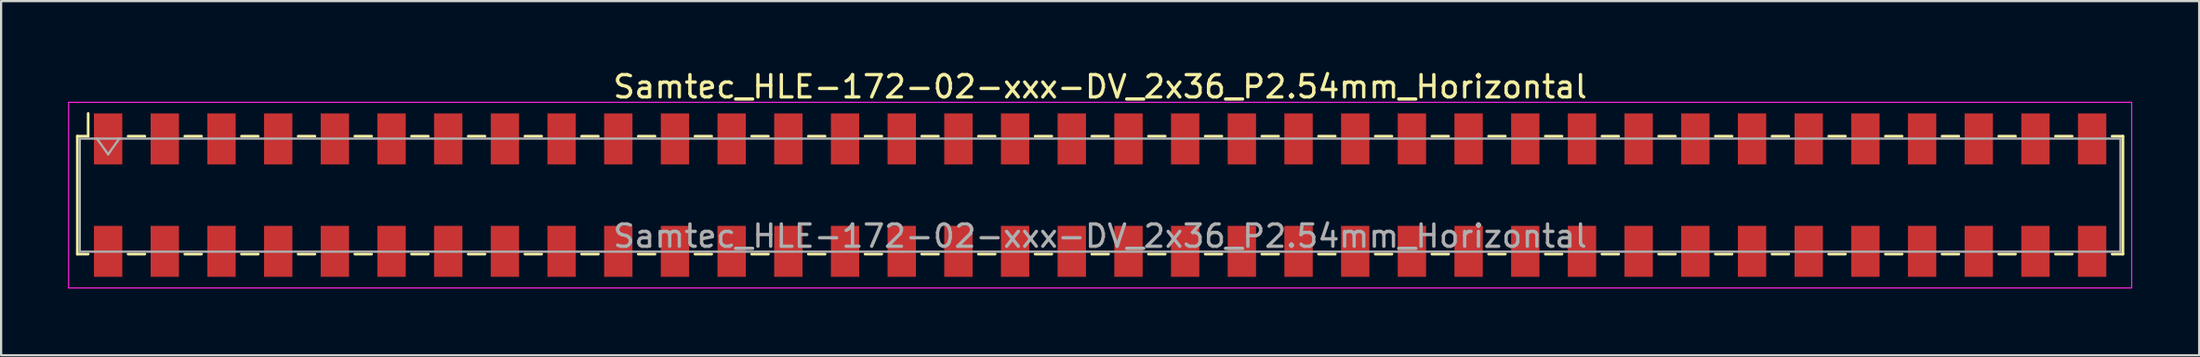
<source format=kicad_pcb>
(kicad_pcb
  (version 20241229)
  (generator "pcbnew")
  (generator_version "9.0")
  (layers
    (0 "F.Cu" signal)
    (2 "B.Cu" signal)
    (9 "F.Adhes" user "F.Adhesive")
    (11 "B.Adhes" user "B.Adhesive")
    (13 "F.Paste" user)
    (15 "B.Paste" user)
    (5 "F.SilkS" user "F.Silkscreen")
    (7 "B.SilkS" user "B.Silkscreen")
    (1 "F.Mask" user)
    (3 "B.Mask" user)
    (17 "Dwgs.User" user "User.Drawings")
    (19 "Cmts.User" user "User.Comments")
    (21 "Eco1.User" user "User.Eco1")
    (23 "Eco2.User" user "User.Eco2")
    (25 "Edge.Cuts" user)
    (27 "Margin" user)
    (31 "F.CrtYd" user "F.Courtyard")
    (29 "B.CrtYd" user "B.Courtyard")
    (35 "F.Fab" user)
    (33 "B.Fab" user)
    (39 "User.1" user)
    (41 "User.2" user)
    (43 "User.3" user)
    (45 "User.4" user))
  (footprint "Samtec_HLE-172-02-xxx-DV_2x36_P2.54mm_Horizontal"
    (layer "F.Cu")
    (at 46.245 5.718)
    (property "Reference" "Samtec_HLE-172-02-xxx-DV_2x36_P2.54mm_Horizontal" (at 0 -4.87 0) (layer "F.SilkS") (effects (font (size 1 1) (thickness 0.15))))
    (attr smd)
    (fp_line (start -45.83 -2.65) (end -45.83 2.65) (stroke (width 0.12) (type solid)) (layer "F.SilkS"))
    (fp_line (start -45.83 2.65) (end -45.345 2.65) (stroke (width 0.12) (type solid)) (layer "F.SilkS"))
    (fp_line (start -45.345 -3.67) (end -45.345 -2.65) (stroke (width 0.12) (type solid)) (layer "F.SilkS"))
    (fp_line (start -45.345 -2.65) (end -45.83 -2.65) (stroke (width 0.12) (type solid)) (layer "F.SilkS"))
    (fp_line (start -43.555 -2.65) (end -42.805 -2.65) (stroke (width 0.12) (type solid)) (layer "F.SilkS"))
    (fp_line (start -43.555 2.65) (end -42.805 2.65) (stroke (width 0.12) (type solid)) (layer "F.SilkS"))
    (fp_line (start -41.015 -2.65) (end -40.265 -2.65) (stroke (width 0.12) (type solid)) (layer "F.SilkS"))
    (fp_line (start -41.015 2.65) (end -40.265 2.65) (stroke (width 0.12) (type solid)) (layer "F.SilkS"))
    (fp_line (start -38.475 -2.65) (end -37.725 -2.65) (stroke (width 0.12) (type solid)) (layer "F.SilkS"))
    (fp_line (start -38.475 2.65) (end -37.725 2.65) (stroke (width 0.12) (type solid)) (layer "F.SilkS"))
    (fp_line (start -35.935 -2.65) (end -35.185 -2.65) (stroke (width 0.12) (type solid)) (layer "F.SilkS"))
    (fp_line (start -35.935 2.65) (end -35.185 2.65) (stroke (width 0.12) (type solid)) (layer "F.SilkS"))
    (fp_line (start -33.395 -2.65) (end -32.645 -2.65) (stroke (width 0.12) (type solid)) (layer "F.SilkS"))
    (fp_line (start -33.395 2.65) (end -32.645 2.65) (stroke (width 0.12) (type solid)) (layer "F.SilkS"))
    (fp_line (start -30.855 -2.65) (end -30.105 -2.65) (stroke (width 0.12) (type solid)) (layer "F.SilkS"))
    (fp_line (start -30.855 2.65) (end -30.105 2.65) (stroke (width 0.12) (type solid)) (layer "F.SilkS"))
    (fp_line (start -28.315 -2.65) (end -27.565 -2.65) (stroke (width 0.12) (type solid)) (layer "F.SilkS"))
    (fp_line (start -28.315 2.65) (end -27.565 2.65) (stroke (width 0.12) (type solid)) (layer "F.SilkS"))
    (fp_line (start -25.775 -2.65) (end -25.025 -2.65) (stroke (width 0.12) (type solid)) (layer "F.SilkS"))
    (fp_line (start -25.775 2.65) (end -25.025 2.65) (stroke (width 0.12) (type solid)) (layer "F.SilkS"))
    (fp_line (start -23.235 -2.65) (end -22.485 -2.65) (stroke (width 0.12) (type solid)) (layer "F.SilkS"))
    (fp_line (start -23.235 2.65) (end -22.485 2.65) (stroke (width 0.12) (type solid)) (layer "F.SilkS"))
    (fp_line (start -20.695 -2.65) (end -19.945 -2.65) (stroke (width 0.12) (type solid)) (layer "F.SilkS"))
    (fp_line (start -20.695 2.65) (end -19.945 2.65) (stroke (width 0.12) (type solid)) (layer "F.SilkS"))
    (fp_line (start -18.155 -2.65) (end -17.405 -2.65) (stroke (width 0.12) (type solid)) (layer "F.SilkS"))
    (fp_line (start -18.155 2.65) (end -17.405 2.65) (stroke (width 0.12) (type solid)) (layer "F.SilkS"))
    (fp_line (start -15.615 -2.65) (end -14.865 -2.65) (stroke (width 0.12) (type solid)) (layer "F.SilkS"))
    (fp_line (start -15.615 2.65) (end -14.865 2.65) (stroke (width 0.12) (type solid)) (layer "F.SilkS"))
    (fp_line (start -13.075 -2.65) (end -12.325 -2.65) (stroke (width 0.12) (type solid)) (layer "F.SilkS"))
    (fp_line (start -13.075 2.65) (end -12.325 2.65) (stroke (width 0.12) (type solid)) (layer "F.SilkS"))
    (fp_line (start -10.535 -2.65) (end -9.785 -2.65) (stroke (width 0.12) (type solid)) (layer "F.SilkS"))
    (fp_line (start -10.535 2.65) (end -9.785 2.65) (stroke (width 0.12) (type solid)) (layer "F.SilkS"))
    (fp_line (start -7.995 -2.65) (end -7.245 -2.65) (stroke (width 0.12) (type solid)) (layer "F.SilkS"))
    (fp_line (start -7.995 2.65) (end -7.245 2.65) (stroke (width 0.12) (type solid)) (layer "F.SilkS"))
    (fp_line (start -5.455 -2.65) (end -4.705 -2.65) (stroke (width 0.12) (type solid)) (layer "F.SilkS"))
    (fp_line (start -5.455 2.65) (end -4.705 2.65) (stroke (width 0.12) (type solid)) (layer "F.SilkS"))
    (fp_line (start -2.915 -2.65) (end -2.165 -2.65) (stroke (width 0.12) (type solid)) (layer "F.SilkS"))
    (fp_line (start -2.915 2.65) (end -2.165 2.65) (stroke (width 0.12) (type solid)) (layer "F.SilkS"))
    (fp_line (start -0.375 -2.65) (end 0.375 -2.65) (stroke (width 0.12) (type solid)) (layer "F.SilkS"))
    (fp_line (start -0.375 2.65) (end 0.375 2.65) (stroke (width 0.12) (type solid)) (layer "F.SilkS"))
    (fp_line (start 2.165 -2.65) (end 2.915 -2.65) (stroke (width 0.12) (type solid)) (layer "F.SilkS"))
    (fp_line (start 2.165 2.65) (end 2.915 2.65) (stroke (width 0.12) (type solid)) (layer "F.SilkS"))
    (fp_line (start 4.705 -2.65) (end 5.455 -2.65) (stroke (width 0.12) (type solid)) (layer "F.SilkS"))
    (fp_line (start 4.705 2.65) (end 5.455 2.65) (stroke (width 0.12) (type solid)) (layer "F.SilkS"))
    (fp_line (start 7.245 -2.65) (end 7.995 -2.65) (stroke (width 0.12) (type solid)) (layer "F.SilkS"))
    (fp_line (start 7.245 2.65) (end 7.995 2.65) (stroke (width 0.12) (type solid)) (layer "F.SilkS"))
    (fp_line (start 9.785 -2.65) (end 10.535 -2.65) (stroke (width 0.12) (type solid)) (layer "F.SilkS"))
    (fp_line (start 9.785 2.65) (end 10.535 2.65) (stroke (width 0.12) (type solid)) (layer "F.SilkS"))
    (fp_line (start 12.325 -2.65) (end 13.075 -2.65) (stroke (width 0.12) (type solid)) (layer "F.SilkS"))
    (fp_line (start 12.325 2.65) (end 13.075 2.65) (stroke (width 0.12) (type solid)) (layer "F.SilkS"))
    (fp_line (start 14.865 -2.65) (end 15.615 -2.65) (stroke (width 0.12) (type solid)) (layer "F.SilkS"))
    (fp_line (start 14.865 2.65) (end 15.615 2.65) (stroke (width 0.12) (type solid)) (layer "F.SilkS"))
    (fp_line (start 17.405 -2.65) (end 18.155 -2.65) (stroke (width 0.12) (type solid)) (layer "F.SilkS"))
    (fp_line (start 17.405 2.65) (end 18.155 2.65) (stroke (width 0.12) (type solid)) (layer "F.SilkS"))
    (fp_line (start 19.945 -2.65) (end 20.695 -2.65) (stroke (width 0.12) (type solid)) (layer "F.SilkS"))
    (fp_line (start 19.945 2.65) (end 20.695 2.65) (stroke (width 0.12) (type solid)) (layer "F.SilkS"))
    (fp_line (start 22.485 -2.65) (end 23.235 -2.65) (stroke (width 0.12) (type solid)) (layer "F.SilkS"))
    (fp_line (start 22.485 2.65) (end 23.235 2.65) (stroke (width 0.12) (type solid)) (layer "F.SilkS"))
    (fp_line (start 25.025 -2.65) (end 25.775 -2.65) (stroke (width 0.12) (type solid)) (layer "F.SilkS"))
    (fp_line (start 25.025 2.65) (end 25.775 2.65) (stroke (width 0.12) (type solid)) (layer "F.SilkS"))
    (fp_line (start 27.565 -2.65) (end 28.315 -2.65) (stroke (width 0.12) (type solid)) (layer "F.SilkS"))
    (fp_line (start 27.565 2.65) (end 28.315 2.65) (stroke (width 0.12) (type solid)) (layer "F.SilkS"))
    (fp_line (start 30.105 -2.65) (end 30.855 -2.65) (stroke (width 0.12) (type solid)) (layer "F.SilkS"))
    (fp_line (start 30.105 2.65) (end 30.855 2.65) (stroke (width 0.12) (type solid)) (layer "F.SilkS"))
    (fp_line (start 32.645 -2.65) (end 33.395 -2.65) (stroke (width 0.12) (type solid)) (layer "F.SilkS"))
    (fp_line (start 32.645 2.65) (end 33.395 2.65) (stroke (width 0.12) (type solid)) (layer "F.SilkS"))
    (fp_line (start 35.185 -2.65) (end 35.935 -2.65) (stroke (width 0.12) (type solid)) (layer "F.SilkS"))
    (fp_line (start 35.185 2.65) (end 35.935 2.65) (stroke (width 0.12) (type solid)) (layer "F.SilkS"))
    (fp_line (start 37.725 -2.65) (end 38.475 -2.65) (stroke (width 0.12) (type solid)) (layer "F.SilkS"))
    (fp_line (start 37.725 2.65) (end 38.475 2.65) (stroke (width 0.12) (type solid)) (layer "F.SilkS"))
    (fp_line (start 40.265 -2.65) (end 41.015 -2.65) (stroke (width 0.12) (type solid)) (layer "F.SilkS"))
    (fp_line (start 40.265 2.65) (end 41.015 2.65) (stroke (width 0.12) (type solid)) (layer "F.SilkS"))
    (fp_line (start 42.805 -2.65) (end 43.555 -2.65) (stroke (width 0.12) (type solid)) (layer "F.SilkS"))
    (fp_line (start 42.805 2.65) (end 43.555 2.65) (stroke (width 0.12) (type solid)) (layer "F.SilkS"))
    (fp_line (start 45.345 -2.65) (end 45.83 -2.65) (stroke (width 0.12) (type solid)) (layer "F.SilkS"))
    (fp_line (start 45.83 -2.65) (end 45.83 2.65) (stroke (width 0.12) (type solid)) (layer "F.SilkS"))
    (fp_line (start 45.83 2.65) (end 45.345 2.65) (stroke (width 0.12) (type solid)) (layer "F.SilkS"))
    (fp_line (start -46.22 -4.17) (end 46.22 -4.17) (stroke (width 0.05) (type solid)) (layer "F.CrtYd"))
    (fp_line (start -46.22 4.17) (end -46.22 -4.17) (stroke (width 0.05) (type solid)) (layer "F.CrtYd"))
    (fp_line (start 46.22 -4.17) (end 46.22 4.17) (stroke (width 0.05) (type solid)) (layer "F.CrtYd"))
    (fp_line (start 46.22 4.17) (end -46.22 4.17) (stroke (width 0.05) (type solid)) (layer "F.CrtYd"))
    (fp_line (start -45.72 -2.54) (end 45.72 -2.54) (stroke (width 0.1) (type solid)) (layer "F.Fab"))
    (fp_line (start -45.72 2.54) (end -45.72 -2.54) (stroke (width 0.1) (type solid)) (layer "F.Fab"))
    (fp_line (start -44.95 -2.54) (end -44.45 -1.833) (stroke (width 0.1) (type solid)) (layer "F.Fab"))
    (fp_line (start -44.45 -1.833) (end -43.95 -2.54) (stroke (width 0.1) (type solid)) (layer "F.Fab"))
    (fp_line (start 45.72 -2.54) (end 45.72 2.54) (stroke (width 0.1) (type solid)) (layer "F.Fab"))
    (fp_line (start 45.72 2.54) (end -45.72 2.54) (stroke (width 0.1) (type solid)) (layer "F.Fab"))
    (fp_text user "${REFERENCE}" (at 0 1.84 0) (layer "F.Fab") (effects (font (size 1 1) (thickness 0.15))))
    (pad "1" smd rect (at -44.45 -2.525) (size 1.27 2.29) (layers "F.Cu" "F.Mask" "F.Paste"))
    (pad "2" smd rect (at -44.45 2.525) (size 1.27 2.29) (layers "F.Cu" "F.Mask" "F.Paste"))
    (pad "3" smd rect (at -41.91 -2.525) (size 1.27 2.29) (layers "F.Cu" "F.Mask" "F.Paste"))
    (pad "4" smd rect (at -41.91 2.525) (size 1.27 2.29) (layers "F.Cu" "F.Mask" "F.Paste"))
    (pad "5" smd rect (at -39.37 -2.525) (size 1.27 2.29) (layers "F.Cu" "F.Mask" "F.Paste"))
    (pad "6" smd rect (at -39.37 2.525) (size 1.27 2.29) (layers "F.Cu" "F.Mask" "F.Paste"))
    (pad "7" smd rect (at -36.83 -2.525) (size 1.27 2.29) (layers "F.Cu" "F.Mask" "F.Paste"))
    (pad "8" smd rect (at -36.83 2.525) (size 1.27 2.29) (layers "F.Cu" "F.Mask" "F.Paste"))
    (pad "9" smd rect (at -34.29 -2.525) (size 1.27 2.29) (layers "F.Cu" "F.Mask" "F.Paste"))
    (pad "10" smd rect (at -34.29 2.525) (size 1.27 2.29) (layers "F.Cu" "F.Mask" "F.Paste"))
    (pad "11" smd rect (at -31.75 -2.525) (size 1.27 2.29) (layers "F.Cu" "F.Mask" "F.Paste"))
    (pad "12" smd rect (at -31.75 2.525) (size 1.27 2.29) (layers "F.Cu" "F.Mask" "F.Paste"))
    (pad "13" smd rect (at -29.21 -2.525) (size 1.27 2.29) (layers "F.Cu" "F.Mask" "F.Paste"))
    (pad "14" smd rect (at -29.21 2.525) (size 1.27 2.29) (layers "F.Cu" "F.Mask" "F.Paste"))
    (pad "15" smd rect (at -26.67 -2.525) (size 1.27 2.29) (layers "F.Cu" "F.Mask" "F.Paste"))
    (pad "16" smd rect (at -26.67 2.525) (size 1.27 2.29) (layers "F.Cu" "F.Mask" "F.Paste"))
    (pad "17" smd rect (at -24.13 -2.525) (size 1.27 2.29) (layers "F.Cu" "F.Mask" "F.Paste"))
    (pad "18" smd rect (at -24.13 2.525) (size 1.27 2.29) (layers "F.Cu" "F.Mask" "F.Paste"))
    (pad "19" smd rect (at -21.59 -2.525) (size 1.27 2.29) (layers "F.Cu" "F.Mask" "F.Paste"))
    (pad "20" smd rect (at -21.59 2.525) (size 1.27 2.29) (layers "F.Cu" "F.Mask" "F.Paste"))
    (pad "21" smd rect (at -19.05 -2.525) (size 1.27 2.29) (layers "F.Cu" "F.Mask" "F.Paste"))
    (pad "22" smd rect (at -19.05 2.525) (size 1.27 2.29) (layers "F.Cu" "F.Mask" "F.Paste"))
    (pad "23" smd rect (at -16.51 -2.525) (size 1.27 2.29) (layers "F.Cu" "F.Mask" "F.Paste"))
    (pad "24" smd rect (at -16.51 2.525) (size 1.27 2.29) (layers "F.Cu" "F.Mask" "F.Paste"))
    (pad "25" smd rect (at -13.97 -2.525) (size 1.27 2.29) (layers "F.Cu" "F.Mask" "F.Paste"))
    (pad "26" smd rect (at -13.97 2.525) (size 1.27 2.29) (layers "F.Cu" "F.Mask" "F.Paste"))
    (pad "27" smd rect (at -11.43 -2.525) (size 1.27 2.29) (layers "F.Cu" "F.Mask" "F.Paste"))
    (pad "28" smd rect (at -11.43 2.525) (size 1.27 2.29) (layers "F.Cu" "F.Mask" "F.Paste"))
    (pad "29" smd rect (at -8.89 -2.525) (size 1.27 2.29) (layers "F.Cu" "F.Mask" "F.Paste"))
    (pad "30" smd rect (at -8.89 2.525) (size 1.27 2.29) (layers "F.Cu" "F.Mask" "F.Paste"))
    (pad "31" smd rect (at -6.35 -2.525) (size 1.27 2.29) (layers "F.Cu" "F.Mask" "F.Paste"))
    (pad "32" smd rect (at -6.35 2.525) (size 1.27 2.29) (layers "F.Cu" "F.Mask" "F.Paste"))
    (pad "33" smd rect (at -3.81 -2.525) (size 1.27 2.29) (layers "F.Cu" "F.Mask" "F.Paste"))
    (pad "34" smd rect (at -3.81 2.525) (size 1.27 2.29) (layers "F.Cu" "F.Mask" "F.Paste"))
    (pad "35" smd rect (at -1.27 -2.525) (size 1.27 2.29) (layers "F.Cu" "F.Mask" "F.Paste"))
    (pad "36" smd rect (at -1.27 2.525) (size 1.27 2.29) (layers "F.Cu" "F.Mask" "F.Paste"))
    (pad "37" smd rect (at 1.27 -2.525) (size 1.27 2.29) (layers "F.Cu" "F.Mask" "F.Paste"))
    (pad "38" smd rect (at 1.27 2.525) (size 1.27 2.29) (layers "F.Cu" "F.Mask" "F.Paste"))
    (pad "39" smd rect (at 3.81 -2.525) (size 1.27 2.29) (layers "F.Cu" "F.Mask" "F.Paste"))
    (pad "40" smd rect (at 3.81 2.525) (size 1.27 2.29) (layers "F.Cu" "F.Mask" "F.Paste"))
    (pad "41" smd rect (at 6.35 -2.525) (size 1.27 2.29) (layers "F.Cu" "F.Mask" "F.Paste"))
    (pad "42" smd rect (at 6.35 2.525) (size 1.27 2.29) (layers "F.Cu" "F.Mask" "F.Paste"))
    (pad "43" smd rect (at 8.89 -2.525) (size 1.27 2.29) (layers "F.Cu" "F.Mask" "F.Paste"))
    (pad "44" smd rect (at 8.89 2.525) (size 1.27 2.29) (layers "F.Cu" "F.Mask" "F.Paste"))
    (pad "45" smd rect (at 11.43 -2.525) (size 1.27 2.29) (layers "F.Cu" "F.Mask" "F.Paste"))
    (pad "46" smd rect (at 11.43 2.525) (size 1.27 2.29) (layers "F.Cu" "F.Mask" "F.Paste"))
    (pad "47" smd rect (at 13.97 -2.525) (size 1.27 2.29) (layers "F.Cu" "F.Mask" "F.Paste"))
    (pad "48" smd rect (at 13.97 2.525) (size 1.27 2.29) (layers "F.Cu" "F.Mask" "F.Paste"))
    (pad "49" smd rect (at 16.51 -2.525) (size 1.27 2.29) (layers "F.Cu" "F.Mask" "F.Paste"))
    (pad "50" smd rect (at 16.51 2.525) (size 1.27 2.29) (layers "F.Cu" "F.Mask" "F.Paste"))
    (pad "51" smd rect (at 19.05 -2.525) (size 1.27 2.29) (layers "F.Cu" "F.Mask" "F.Paste"))
    (pad "52" smd rect (at 19.05 2.525) (size 1.27 2.29) (layers "F.Cu" "F.Mask" "F.Paste"))
    (pad "53" smd rect (at 21.59 -2.525) (size 1.27 2.29) (layers "F.Cu" "F.Mask" "F.Paste"))
    (pad "54" smd rect (at 21.59 2.525) (size 1.27 2.29) (layers "F.Cu" "F.Mask" "F.Paste"))
    (pad "55" smd rect (at 24.13 -2.525) (size 1.27 2.29) (layers "F.Cu" "F.Mask" "F.Paste"))
    (pad "56" smd rect (at 24.13 2.525) (size 1.27 2.29) (layers "F.Cu" "F.Mask" "F.Paste"))
    (pad "57" smd rect (at 26.67 -2.525) (size 1.27 2.29) (layers "F.Cu" "F.Mask" "F.Paste"))
    (pad "58" smd rect (at 26.67 2.525) (size 1.27 2.29) (layers "F.Cu" "F.Mask" "F.Paste"))
    (pad "59" smd rect (at 29.21 -2.525) (size 1.27 2.29) (layers "F.Cu" "F.Mask" "F.Paste"))
    (pad "60" smd rect (at 29.21 2.525) (size 1.27 2.29) (layers "F.Cu" "F.Mask" "F.Paste"))
    (pad "61" smd rect (at 31.75 -2.525) (size 1.27 2.29) (layers "F.Cu" "F.Mask" "F.Paste"))
    (pad "62" smd rect (at 31.75 2.525) (size 1.27 2.29) (layers "F.Cu" "F.Mask" "F.Paste"))
    (pad "63" smd rect (at 34.29 -2.525) (size 1.27 2.29) (layers "F.Cu" "F.Mask" "F.Paste"))
    (pad "64" smd rect (at 34.29 2.525) (size 1.27 2.29) (layers "F.Cu" "F.Mask" "F.Paste"))
    (pad "65" smd rect (at 36.83 -2.525) (size 1.27 2.29) (layers "F.Cu" "F.Mask" "F.Paste"))
    (pad "66" smd rect (at 36.83 2.525) (size 1.27 2.29) (layers "F.Cu" "F.Mask" "F.Paste"))
    (pad "67" smd rect (at 39.37 -2.525) (size 1.27 2.29) (layers "F.Cu" "F.Mask" "F.Paste"))
    (pad "68" smd rect (at 39.37 2.525) (size 1.27 2.29) (layers "F.Cu" "F.Mask" "F.Paste"))
    (pad "69" smd rect (at 41.91 -2.525) (size 1.27 2.29) (layers "F.Cu" "F.Mask" "F.Paste"))
    (pad "70" smd rect (at 41.91 2.525) (size 1.27 2.29) (layers "F.Cu" "F.Mask" "F.Paste"))
    (pad "71" smd rect (at 44.45 -2.525) (size 1.27 2.29) (layers "F.Cu" "F.Mask" "F.Paste"))
    (pad "72" smd rect (at 44.45 2.525) (size 1.27 2.29) (layers "F.Cu" "F.Mask" "F.Paste")))
  (gr_rect
    (start -3 -3)
    (end 95.49 12.913)
    (stroke (width 0.1) (type default))
    (fill no)
    (layer "Edge.Cuts")))
</source>
